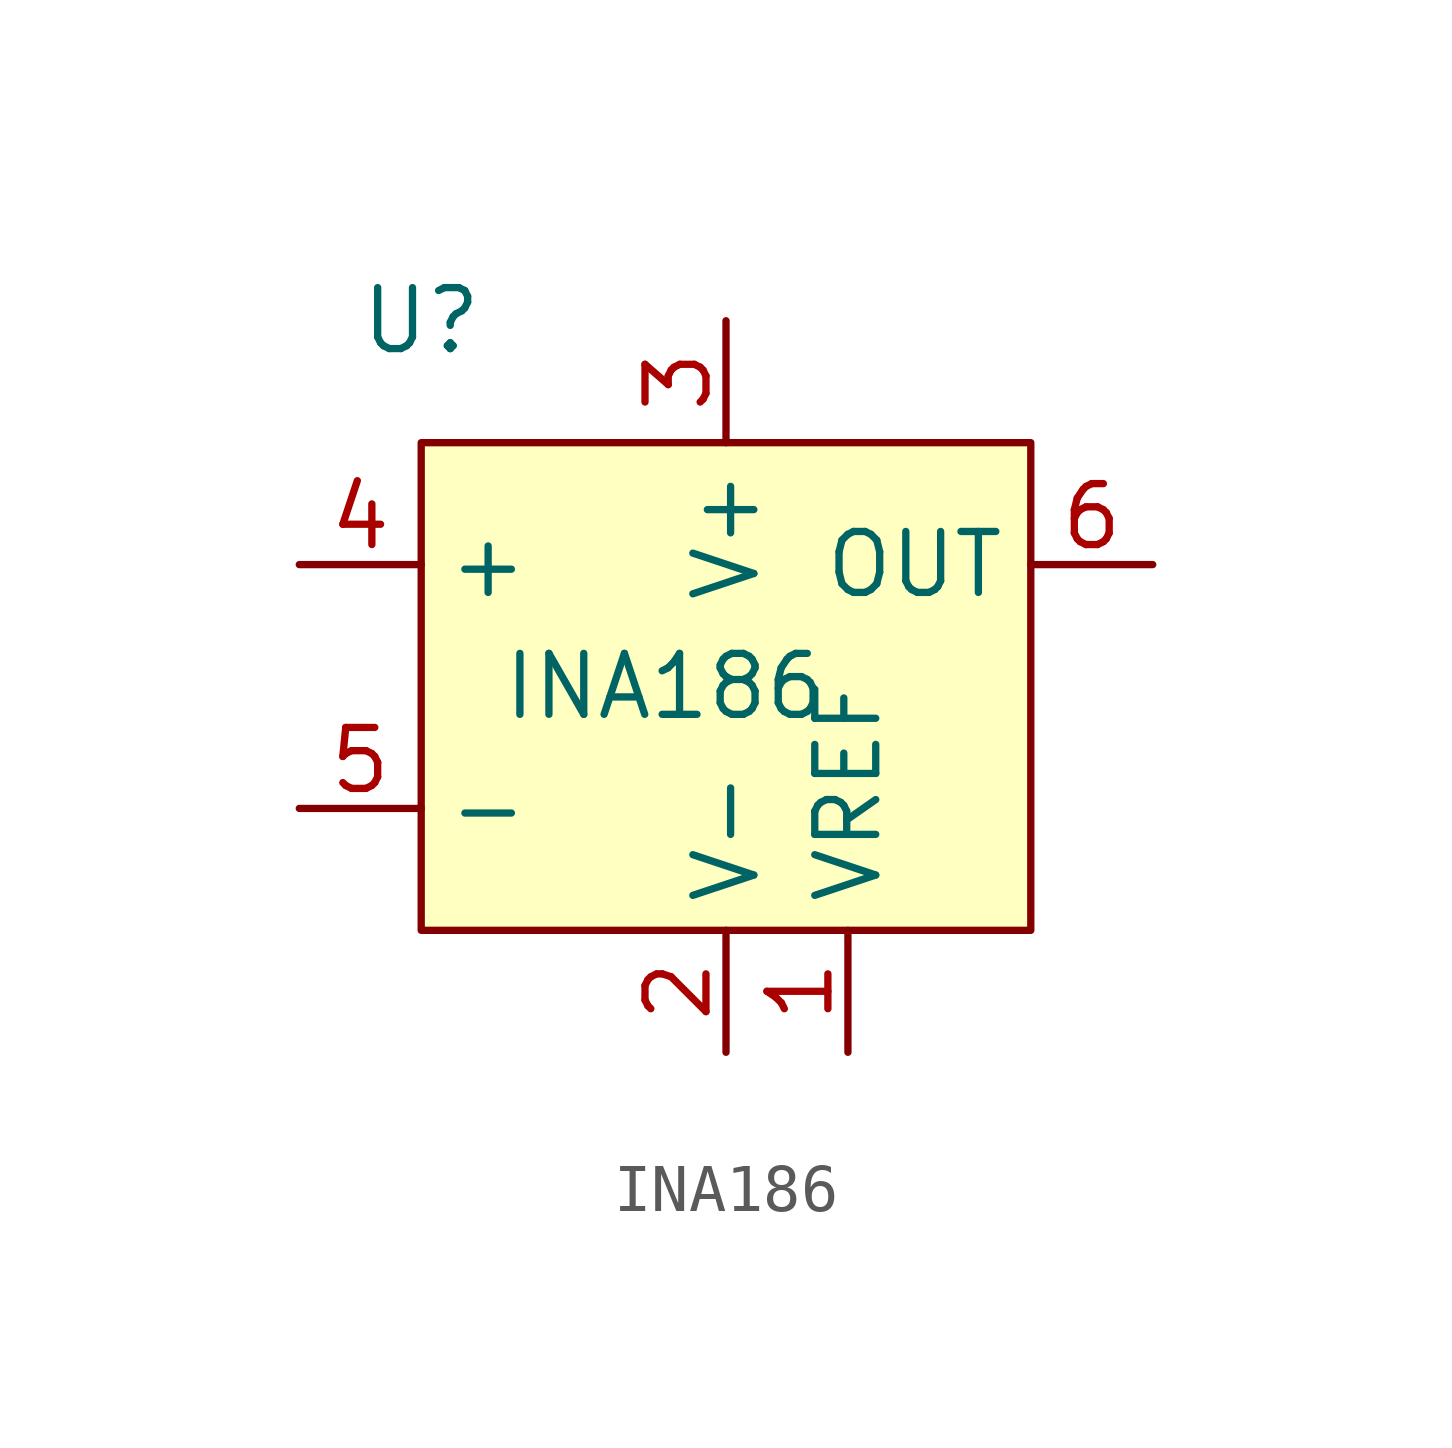
<source format=kicad_sym>
(kicad_symbol_lib
  (version 20231120)
  (generator "kicad_symbol_editor")
  (generator_version "8.0")
  (symbol "INA186"
    (property "Reference" "U"
      (at -6.35 7.62 0)
      (effects (font (size 1.27 1.27))))
    (property "Value" "INA186"
      (at -1.27 0 0)
      (effects (font (size 1.27 1.27))))
    (symbol "INA186_1_1"
      (rectangle (start -6.35 5.08) (end 6.35 -5.08) (stroke (width 0) (type default)) (fill (type background)))
      (pin input line (at 2.54 -7.62 90) (length 2.54) (name "VREF" (effects (font (size 1.27 1.27)))) (number "1" (effects (font (size 1.27 1.27)))))
      (pin input line (at 0 -7.62 90) (length 2.54) (name "V-" (effects (font (size 1.27 1.27)))) (number "2" (effects (font (size 1.27 1.27)))))
      (pin input line (at 0 7.62 270) (length 2.54) (name "V+" (effects (font (size 1.27 1.27)))) (number "3" (effects (font (size 1.27 1.27)))))
      (pin input line (at -8.89 2.54 0) (length 2.54) (name "+" (effects (font (size 1.27 1.27)))) (number "4" (effects (font (size 1.27 1.27)))))
      (pin input line (at -8.89 -2.54 0) (length 2.54) (name "-" (effects (font (size 1.27 1.27)))) (number "5" (effects (font (size 1.27 1.27)))))
      (pin input line (at 8.89 2.54 180) (length 2.54) (name "OUT" (effects (font (size 1.27 1.27)))) (number "6" (effects (font (size 1.27 1.27))))))))
</source>
